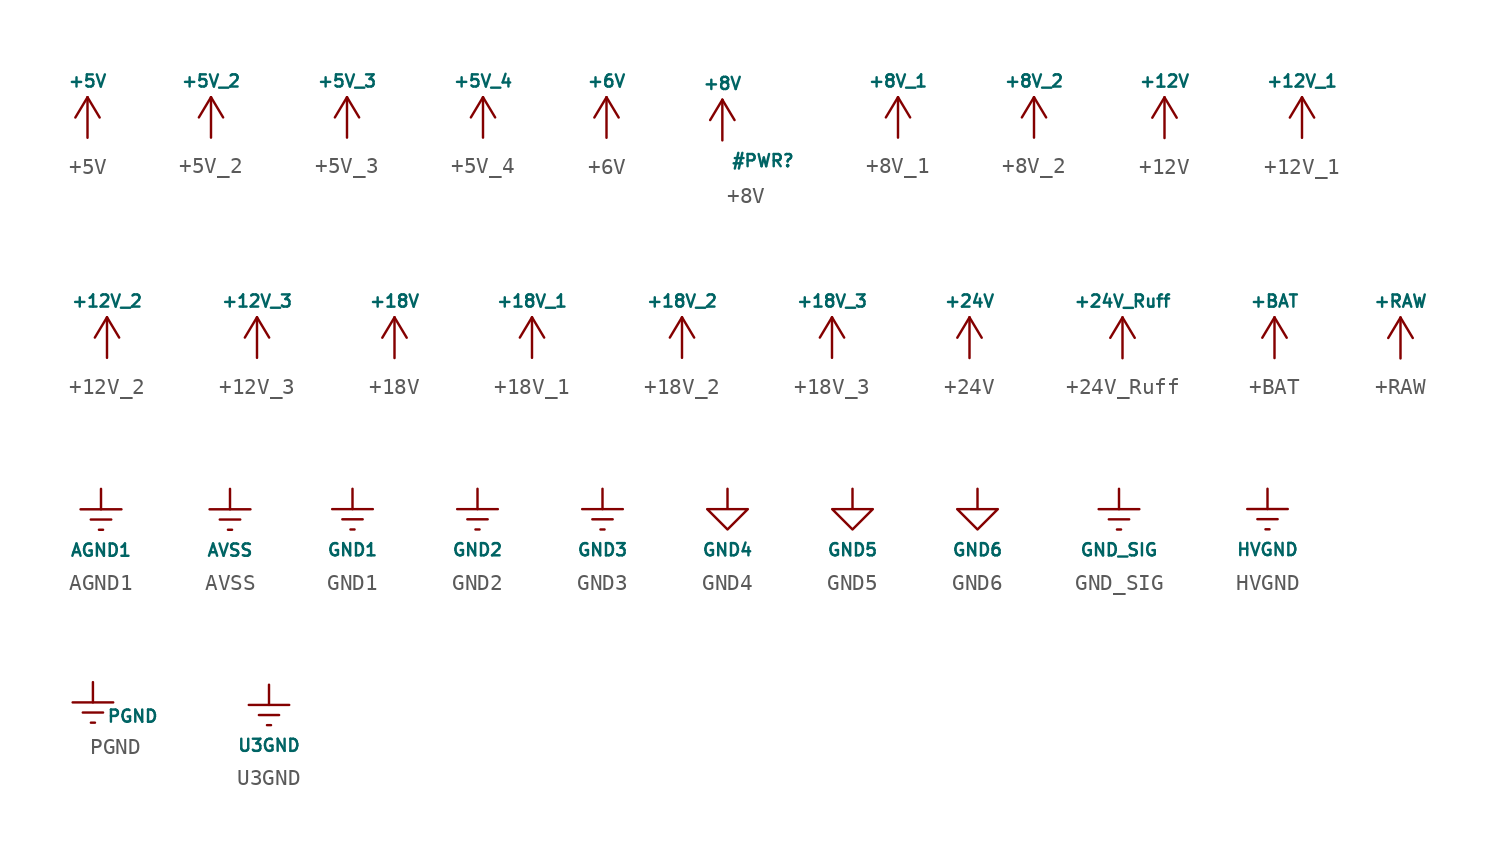
<source format=kicad_sym>
(kicad_symbol_lib
  (version 20210619)
  (generator kicad_symbol_editor)
  (symbol "Bobs_Power_Ports:+5V"
    (power)
    (pin_names
      (offset 0))
    (property "Reference" "#PWR"
      (at 0 -3.81 0)
      (effects (font (size 1.27 1.27)) hide))
    (property "Value" "+5V"
      (at 0 3.556 0)
      (effects (font (size 0.762 0.762))))
    (symbol "+5V_0_1"
      (polyline (pts (xy -0.762 1.27) (xy 0 2.54)) (stroke (width 0)) (fill (type none)))
      (polyline (pts (xy 0 0) (xy 0 2.54)) (stroke (width 0)) (fill (type none)))
      (polyline (pts (xy 0 2.54) (xy 0.762 1.27)) (stroke (width 0)) (fill (type none))))
    (symbol "+5V_1_1"
      (pin power_in line (at 0 0 90) (length 0) hide (name "+5V" (effects (font (size 0.762 0.762)))) (number "1" (effects (font (size 0.762 0.762)))))))
  (symbol "Bobs_Power_Ports:+5V_2"
    (power)
    (pin_names
      (offset 0))
    (property "Reference" "#PWR"
      (at 0 -3.81 0)
      (effects (font (size 1.27 1.27)) hide))
    (property "Value" "+5V_2"
      (at 0 3.556 0)
      (effects (font (size 0.762 0.762))))
    (symbol "+5V_2_0_1"
      (polyline (pts (xy -0.762 1.27) (xy 0 2.54)) (stroke (width 0)) (fill (type none)))
      (polyline (pts (xy 0 0) (xy 0 2.54)) (stroke (width 0)) (fill (type none)))
      (polyline (pts (xy 0 2.54) (xy 0.762 1.27)) (stroke (width 0)) (fill (type none))))
    (symbol "+5V_2_1_1"
      (pin power_in line (at 0 0 90) (length 0) hide (name "+5V_2" (effects (font (size 0.762 0.762)))) (number "1" (effects (font (size 0.762 0.762)))))))
  (symbol "Bobs_Power_Ports:+5V_3"
    (power)
    (pin_names
      (offset 0))
    (property "Reference" "#PWR"
      (at 0 -3.81 0)
      (effects (font (size 1.27 1.27)) hide))
    (property "Value" "+5V_3"
      (at 0 3.556 0)
      (effects (font (size 0.762 0.762))))
    (symbol "+5V_3_0_1"
      (polyline (pts (xy -0.762 1.27) (xy 0 2.54)) (stroke (width 0)) (fill (type none)))
      (polyline (pts (xy 0 0) (xy 0 2.54)) (stroke (width 0)) (fill (type none)))
      (polyline (pts (xy 0 2.54) (xy 0.762 1.27)) (stroke (width 0)) (fill (type none))))
    (symbol "+5V_3_1_1"
      (pin power_in line (at 0 0 90) (length 0) hide (name "+5V_3" (effects (font (size 0.762 0.762)))) (number "1" (effects (font (size 0.762 0.762)))))))
  (symbol "Bobs_Power_Ports:+5V_4"
    (power)
    (pin_names
      (offset 0))
    (property "Reference" "#PWR"
      (at 0 -3.81 0)
      (effects (font (size 1.27 1.27)) hide))
    (property "Value" "+5V_4"
      (at 0 3.556 0)
      (effects (font (size 0.762 0.762))))
    (symbol "+5V_4_0_1"
      (polyline (pts (xy -0.762 1.27) (xy 0 2.54)) (stroke (width 0)) (fill (type none)))
      (polyline (pts (xy 0 0) (xy 0 2.54)) (stroke (width 0)) (fill (type none)))
      (polyline (pts (xy 0 2.54) (xy 0.762 1.27)) (stroke (width 0)) (fill (type none))))
    (symbol "+5V_4_1_1"
      (pin power_in line (at 0 0 90) (length 0) hide (name "+5V_4" (effects (font (size 0.762 0.762)))) (number "1" (effects (font (size 0.762 0.762)))))))
  (symbol "Bobs_Power_Ports:+6V"
    (power)
    (pin_names
      (offset 0))
    (property "Reference" "#PWR"
      (at 0 -3.81 0)
      (effects (font (size 1.27 1.27)) hide))
    (property "Value" "+6V"
      (at 0 3.556 0)
      (effects (font (size 0.762 0.762))))
    (symbol "+6V_0_1"
      (polyline (pts (xy -0.762 1.27) (xy 0 2.54)) (stroke (width 0)) (fill (type none)))
      (polyline (pts (xy 0 0) (xy 0 2.54)) (stroke (width 0)) (fill (type none)))
      (polyline (pts (xy 0 2.54) (xy 0.762 1.27)) (stroke (width 0)) (fill (type none))))
    (symbol "+6V_1_1"
      (pin power_in line (at 0 0 90) (length 0) hide (name "+6V" (effects (font (size 0.762 0.762)))) (number "1" (effects (font (size 0.762 0.762)))))))
  (symbol "Bobs_Power_Ports:+8V"
    (power)
    (pin_names
      (offset 0))
    (property "Reference" "#PWR"
      (at 2.54 -1.27 0)
      (effects (font (size 0.762 0.762))))
    (property "Value" "+8V"
      (at 0 3.556 0)
      (effects (font (size 0.762 0.762))))
    (symbol "+8V_0_1"
      (polyline (pts (xy -0.762 1.27) (xy 0 2.54)) (stroke (width 0)) (fill (type none)))
      (polyline (pts (xy 0 0) (xy 0 2.54)) (stroke (width 0)) (fill (type none)))
      (polyline (pts (xy 0 2.54) (xy 0.762 1.27)) (stroke (width 0)) (fill (type none))))
    (symbol "+8V_1_1"
      (pin power_in line (at 0 0 90) (length 0) hide (name "+8V" (effects (font (size 0.762 0.762)))) (number "1" (effects (font (size 0.762 0.762)))))))
  (symbol "Bobs_Power_Ports:+8V_1"
    (power)
    (pin_names
      (offset 0))
    (property "Reference" "#PWR"
      (at 0 -3.81 0)
      (effects (font (size 1.27 1.27)) hide))
    (property "Value" "+8V_1"
      (at 0 3.556 0)
      (effects (font (size 0.762 0.762))))
    (symbol "+8V_1_0_1"
      (polyline (pts (xy -0.762 1.27) (xy 0 2.54)) (stroke (width 0)) (fill (type none)))
      (polyline (pts (xy 0 0) (xy 0 2.54)) (stroke (width 0)) (fill (type none)))
      (polyline (pts (xy 0 2.54) (xy 0.762 1.27)) (stroke (width 0)) (fill (type none))))
    (symbol "+8V_1_1_1"
      (pin power_in line (at 0 0 90) (length 0) hide (name "+8V_1" (effects (font (size 0.762 0.762)))) (number "1" (effects (font (size 0.762 0.762)))))))
  (symbol "Bobs_Power_Ports:+8V_2"
    (power)
    (pin_names
      (offset 0))
    (property "Reference" "#PWR"
      (at 0 -3.81 0)
      (effects (font (size 1.27 1.27)) hide))
    (property "Value" "+8V_2"
      (at 0 3.556 0)
      (effects (font (size 0.762 0.762))))
    (symbol "+8V_2_0_1"
      (polyline (pts (xy -0.762 1.27) (xy 0 2.54)) (stroke (width 0)) (fill (type none)))
      (polyline (pts (xy 0 0) (xy 0 2.54)) (stroke (width 0)) (fill (type none)))
      (polyline (pts (xy 0 2.54) (xy 0.762 1.27)) (stroke (width 0)) (fill (type none))))
    (symbol "+8V_2_1_1"
      (pin power_in line (at 0 0 90) (length 0) hide (name "+8V_2" (effects (font (size 0.762 0.762)))) (number "1" (effects (font (size 0.762 0.762)))))))
  (symbol "Bobs_Power_Ports:+12V"
    (power)
    (pin_names
      (offset 0))
    (property "Reference" "#PWR"
      (at 0 -3.81 0)
      (effects (font (size 1.27 1.27)) hide))
    (property "Value" "+12V"
      (at 0 3.556 0)
      (effects (font (size 0.762 0.762))))
    (symbol "+12V_0_1"
      (polyline (pts (xy -0.762 1.27) (xy 0 2.54)) (stroke (width 0)) (fill (type none)))
      (polyline (pts (xy 0 0) (xy 0 2.54)) (stroke (width 0)) (fill (type none)))
      (polyline (pts (xy 0 2.54) (xy 0.762 1.27)) (stroke (width 0)) (fill (type none))))
    (symbol "+12V_1_1"
      (pin power_in line (at 0 0 90) (length 0) hide (name "+12V" (effects (font (size 0.762 0.762)))) (number "1" (effects (font (size 0.762 0.762)))))))
  (symbol "Bobs_Power_Ports:+12V_1"
    (power)
    (pin_names
      (offset 0))
    (property "Reference" "#PWR"
      (at 0 -3.81 0)
      (effects (font (size 1.27 1.27)) hide))
    (property "Value" "+12V_1"
      (at 0 3.556 0)
      (effects (font (size 0.762 0.762))))
    (symbol "+12V_1_0_1"
      (polyline (pts (xy -0.762 1.27) (xy 0 2.54)) (stroke (width 0)) (fill (type none)))
      (polyline (pts (xy 0 0) (xy 0 2.54)) (stroke (width 0)) (fill (type none)))
      (polyline (pts (xy 0 2.54) (xy 0.762 1.27)) (stroke (width 0)) (fill (type none))))
    (symbol "+12V_1_1_1"
      (pin power_in line (at 0 0 90) (length 0) hide (name "+12V_1" (effects (font (size 0.762 0.762)))) (number "1" (effects (font (size 0.762 0.762)))))))
  (symbol "Bobs_Power_Ports:+12V_2"
    (power)
    (pin_names
      (offset 0))
    (property "Reference" "#PWR"
      (at 0 -3.81 0)
      (effects (font (size 1.27 1.27)) hide))
    (property "Value" "+12V_2"
      (at 0 3.556 0)
      (effects (font (size 0.762 0.762))))
    (symbol "+12V_2_0_1"
      (polyline (pts (xy -0.762 1.27) (xy 0 2.54)) (stroke (width 0)) (fill (type none)))
      (polyline (pts (xy 0 0) (xy 0 2.54)) (stroke (width 0)) (fill (type none)))
      (polyline (pts (xy 0 2.54) (xy 0.762 1.27)) (stroke (width 0)) (fill (type none))))
    (symbol "+12V_2_1_1"
      (pin power_in line (at 0 0 90) (length 0) hide (name "+12V_2" (effects (font (size 0.762 0.762)))) (number "1" (effects (font (size 0.762 0.762)))))))
  (symbol "Bobs_Power_Ports:+12V_3"
    (power)
    (pin_names
      (offset 0))
    (property "Reference" "#PWR"
      (at 0 -3.81 0)
      (effects (font (size 1.27 1.27)) hide))
    (property "Value" "+12V_3"
      (at 0 3.556 0)
      (effects (font (size 0.762 0.762))))
    (symbol "+12V_3_0_1"
      (polyline (pts (xy -0.762 1.27) (xy 0 2.54)) (stroke (width 0)) (fill (type none)))
      (polyline (pts (xy 0 0) (xy 0 2.54)) (stroke (width 0)) (fill (type none)))
      (polyline (pts (xy 0 2.54) (xy 0.762 1.27)) (stroke (width 0)) (fill (type none))))
    (symbol "+12V_3_1_1"
      (pin power_in line (at 0 0 90) (length 0) hide (name "+12V_3" (effects (font (size 0.762 0.762)))) (number "1" (effects (font (size 0.762 0.762)))))))
  (symbol "Bobs_Power_Ports:+18V"
    (power)
    (pin_names
      (offset 0))
    (property "Reference" "#PWR"
      (at 0 -3.81 0)
      (effects (font (size 1.27 1.27)) hide))
    (property "Value" "+18V"
      (at 0 3.556 0)
      (effects (font (size 0.762 0.762))))
    (symbol "+18V_0_1"
      (polyline (pts (xy -0.762 1.27) (xy 0 2.54)) (stroke (width 0)) (fill (type none)))
      (polyline (pts (xy 0 0) (xy 0 2.54)) (stroke (width 0)) (fill (type none)))
      (polyline (pts (xy 0 2.54) (xy 0.762 1.27)) (stroke (width 0)) (fill (type none))))
    (symbol "+18V_1_1"
      (pin power_in line (at 0 0 90) (length 0) hide (name "+18V" (effects (font (size 0.762 0.762)))) (number "1" (effects (font (size 0.762 0.762)))))))
  (symbol "Bobs_Power_Ports:+18V_1"
    (power)
    (pin_names
      (offset 0))
    (property "Reference" "#PWR"
      (at 0 -3.81 0)
      (effects (font (size 1.27 1.27)) hide))
    (property "Value" "+18V_1"
      (at 0 3.556 0)
      (effects (font (size 0.762 0.762))))
    (symbol "+18V_1_0_1"
      (polyline (pts (xy -0.762 1.27) (xy 0 2.54)) (stroke (width 0)) (fill (type none)))
      (polyline (pts (xy 0 0) (xy 0 2.54)) (stroke (width 0)) (fill (type none)))
      (polyline (pts (xy 0 2.54) (xy 0.762 1.27)) (stroke (width 0)) (fill (type none))))
    (symbol "+18V_1_1_1"
      (pin power_in line (at 0 0 90) (length 0) hide (name "+18V_1" (effects (font (size 0.762 0.762)))) (number "1" (effects (font (size 0.762 0.762)))))))
  (symbol "Bobs_Power_Ports:+18V_2"
    (power)
    (pin_names
      (offset 0))
    (property "Reference" "#PWR"
      (at 0 -3.81 0)
      (effects (font (size 1.27 1.27)) hide))
    (property "Value" "+18V_2"
      (at 0 3.556 0)
      (effects (font (size 0.762 0.762))))
    (symbol "+18V_2_0_1"
      (polyline (pts (xy -0.762 1.27) (xy 0 2.54)) (stroke (width 0)) (fill (type none)))
      (polyline (pts (xy 0 0) (xy 0 2.54)) (stroke (width 0)) (fill (type none)))
      (polyline (pts (xy 0 2.54) (xy 0.762 1.27)) (stroke (width 0)) (fill (type none))))
    (symbol "+18V_2_1_1"
      (pin power_in line (at 0 0 90) (length 0) hide (name "+18V_2" (effects (font (size 0.762 0.762)))) (number "1" (effects (font (size 0.762 0.762)))))))
  (symbol "Bobs_Power_Ports:+18V_3"
    (power)
    (pin_names
      (offset 0))
    (property "Reference" "#PWR"
      (at 0 -3.81 0)
      (effects (font (size 1.27 1.27)) hide))
    (property "Value" "+18V_3"
      (at 0 3.556 0)
      (effects (font (size 0.762 0.762))))
    (symbol "+18V_3_0_1"
      (polyline (pts (xy -0.762 1.27) (xy 0 2.54)) (stroke (width 0)) (fill (type none)))
      (polyline (pts (xy 0 0) (xy 0 2.54)) (stroke (width 0)) (fill (type none)))
      (polyline (pts (xy 0 2.54) (xy 0.762 1.27)) (stroke (width 0)) (fill (type none))))
    (symbol "+18V_3_1_1"
      (pin power_in line (at 0 0 90) (length 0) hide (name "+18V_3" (effects (font (size 0.762 0.762)))) (number "1" (effects (font (size 0.762 0.762)))))))
  (symbol "Bobs_Power_Ports:+24V"
    (power)
    (pin_names
      (offset 0))
    (property "Reference" "#PWR"
      (at 0 -3.81 0)
      (effects (font (size 1.27 1.27)) hide))
    (property "Value" "+24V"
      (at 0 3.556 0)
      (effects (font (size 0.762 0.762))))
    (symbol "+24V_0_1"
      (polyline (pts (xy -0.762 1.27) (xy 0 2.54)) (stroke (width 0)) (fill (type none)))
      (polyline (pts (xy 0 0) (xy 0 2.54)) (stroke (width 0)) (fill (type none)))
      (polyline (pts (xy 0 2.54) (xy 0.762 1.27)) (stroke (width 0)) (fill (type none))))
    (symbol "+24V_1_1"
      (pin power_in line (at 0 0 90) (length 0) hide (name "+24V" (effects (font (size 0.762 0.762)))) (number "1" (effects (font (size 0.762 0.762)))))))
  (symbol "Bobs_Power_Ports:+24V_Ruff"
    (power)
    (pin_names
      (offset 0))
    (property "Reference" "#PWR"
      (at 0 -3.81 0)
      (effects (font (size 1.27 1.27)) hide))
    (property "Value" "+24V_Ruff"
      (at 0 3.556 0)
      (effects (font (size 0.762 0.762))))
    (symbol "+24V_Ruff_0_1"
      (polyline (pts (xy -0.762 1.27) (xy 0 2.54)) (stroke (width 0)) (fill (type none)))
      (polyline (pts (xy 0 0) (xy 0 2.54)) (stroke (width 0)) (fill (type none)))
      (polyline (pts (xy 0 2.54) (xy 0.762 1.27)) (stroke (width 0)) (fill (type none))))
    (symbol "+24V_Ruff_1_1"
      (pin power_in line (at 0 0 90) (length 0) hide (name "+24V_Ruff" (effects (font (size 0.762 0.762)))) (number "1" (effects (font (size 0.762 0.762)))))))
  (symbol "Bobs_Power_Ports:+BAT"
    (power)
    (pin_names
      (offset 0))
    (property "Reference" "#PWR"
      (at 0 -3.81 0)
      (effects (font (size 1.27 1.27)) hide))
    (property "Value" "+BAT"
      (at 0 3.556 0)
      (effects (font (size 0.762 0.762))))
    (symbol "+BAT_0_1"
      (polyline (pts (xy -0.762 1.27) (xy 0 2.54)) (stroke (width 0)) (fill (type none)))
      (polyline (pts (xy 0 0) (xy 0 2.54)) (stroke (width 0)) (fill (type none)))
      (polyline (pts (xy 0 2.54) (xy 0.762 1.27)) (stroke (width 0)) (fill (type none))))
    (symbol "+BAT_1_1"
      (pin power_in line (at 0 0 90) (length 0) hide (name "+BAT" (effects (font (size 0.762 0.762)))) (number "1" (effects (font (size 0.762 0.762)))))))
  (symbol "Bobs_Power_Ports:+RAW"
    (power)
    (pin_names
      (offset 0))
    (property "Reference" "#PWR"
      (at 0 -3.81 0)
      (effects (font (size 1.27 1.27)) hide))
    (property "Value" "+RAW"
      (at 0 3.556 0)
      (effects (font (size 0.762 0.762))))
    (symbol "+RAW_0_1"
      (polyline (pts (xy -0.762 1.27) (xy 0 2.54)) (stroke (width 0)) (fill (type none)))
      (polyline (pts (xy 0 0) (xy 0 2.54)) (stroke (width 0)) (fill (type none)))
      (polyline (pts (xy 0 2.54) (xy 0.762 1.27)) (stroke (width 0)) (fill (type none))))
    (symbol "+RAW_1_1"
      (pin power_in line (at 0 0 90) (length 0) hide (name "+RAW" (effects (font (size 0.762 0.762)))) (number "1" (effects (font (size 0.762 0.762)))))))
  (symbol "Bobs_Power_Ports:AGND1"
    (power)
    (pin_names
      (offset 0))
    (property "Reference" "#PWR"
      (at 0 -6.35 0)
      (effects (font (size 0.762 0.762)) hide))
    (property "Value" "AGND1"
      (at 0 -3.81 0)
      (effects (font (size 0.762 0.762))))
    (symbol "AGND1_0_1"
      (polyline (pts (xy -0.635 -1.905) (xy 0.635 -1.905)) (stroke (width 0)) (fill (type none)))
      (polyline (pts (xy -0.127 -2.54) (xy 0.127 -2.54)) (stroke (width 0)) (fill (type none)))
      (polyline (pts (xy 0 -1.27) (xy 0 0)) (stroke (width 0)) (fill (type none)))
      (polyline (pts (xy 1.27 -1.27) (xy -1.27 -1.27)) (stroke (width 0)) (fill (type none))))
    (symbol "AGND1_1_1"
      (pin power_in line (at 0 0 270) (length 0) hide (name "AGND1" (effects (font (size 0.762 0.762)))) (number "1" (effects (font (size 0.762 0.762)))))))
  (symbol "Bobs_Power_Ports:AVSS"
    (power)
    (pin_names
      (offset 0))
    (property "Reference" "#PWR"
      (at 0 -6.35 0)
      (effects (font (size 0.762 0.762)) hide))
    (property "Value" "AVSS"
      (at 0 -3.81 0)
      (effects (font (size 0.762 0.762))))
    (symbol "AVSS_0_1"
      (polyline (pts (xy -0.635 -1.905) (xy 0.635 -1.905)) (stroke (width 0)) (fill (type none)))
      (polyline (pts (xy -0.127 -2.54) (xy 0.127 -2.54)) (stroke (width 0)) (fill (type none)))
      (polyline (pts (xy 0 -1.27) (xy 0 0)) (stroke (width 0)) (fill (type none)))
      (polyline (pts (xy 1.27 -1.27) (xy -1.27 -1.27)) (stroke (width 0)) (fill (type none))))
    (symbol "AVSS_1_1"
      (pin power_in line (at 0 0 270) (length 0) hide (name "AVSS" (effects (font (size 0.762 0.762)))) (number "1" (effects (font (size 0.762 0.762)))))))
  (symbol "Bobs_Power_Ports:GND1"
    (power)
    (pin_names
      (offset 0))
    (property "Reference" "#PWR"
      (at 0 -6.35 0)
      (effects (font (size 0.762 0.762)) hide))
    (property "Value" "GND1"
      (at 0 -3.81 0)
      (effects (font (size 0.762 0.762))))
    (symbol "GND1_0_1"
      (polyline (pts (xy -0.635 -1.905) (xy 0.635 -1.905)) (stroke (width 0)) (fill (type none)))
      (polyline (pts (xy -0.127 -2.54) (xy 0.127 -2.54)) (stroke (width 0)) (fill (type none)))
      (polyline (pts (xy 0 -1.27) (xy 0 0)) (stroke (width 0)) (fill (type none)))
      (polyline (pts (xy 1.27 -1.27) (xy -1.27 -1.27)) (stroke (width 0)) (fill (type none))))
    (symbol "GND1_1_1"
      (pin power_in line (at 0 0 270) (length 0) hide (name "GND1" (effects (font (size 0.762 0.762)))) (number "1" (effects (font (size 0.762 0.762)))))))
  (symbol "Bobs_Power_Ports:GND2"
    (power)
    (pin_names
      (offset 0))
    (property "Reference" "#PWR"
      (at 0 -6.35 0)
      (effects (font (size 0.762 0.762)) hide))
    (property "Value" "GND2"
      (at 0 -3.81 0)
      (effects (font (size 0.762 0.762))))
    (symbol "GND2_0_1"
      (polyline (pts (xy -0.635 -1.905) (xy 0.635 -1.905)) (stroke (width 0)) (fill (type none)))
      (polyline (pts (xy -0.127 -2.54) (xy 0.127 -2.54)) (stroke (width 0)) (fill (type none)))
      (polyline (pts (xy 0 -1.27) (xy 0 0)) (stroke (width 0)) (fill (type none)))
      (polyline (pts (xy 1.27 -1.27) (xy -1.27 -1.27)) (stroke (width 0)) (fill (type none))))
    (symbol "GND2_1_1"
      (pin power_in line (at 0 0 270) (length 0) hide (name "GND2" (effects (font (size 0.762 0.762)))) (number "1" (effects (font (size 0.762 0.762)))))))
  (symbol "Bobs_Power_Ports:GND3"
    (power)
    (pin_names
      (offset 0))
    (property "Reference" "#PWR"
      (at 0 -6.35 0)
      (effects (font (size 0.762 0.762)) hide))
    (property "Value" "GND3"
      (at 0 -3.81 0)
      (effects (font (size 0.762 0.762))))
    (symbol "GND3_0_1"
      (polyline (pts (xy -0.635 -1.905) (xy 0.635 -1.905)) (stroke (width 0)) (fill (type none)))
      (polyline (pts (xy -0.127 -2.54) (xy 0.127 -2.54)) (stroke (width 0)) (fill (type none)))
      (polyline (pts (xy 0 -1.27) (xy 0 0)) (stroke (width 0)) (fill (type none)))
      (polyline (pts (xy 1.27 -1.27) (xy -1.27 -1.27)) (stroke (width 0)) (fill (type none))))
    (symbol "GND3_1_1"
      (pin power_in line (at 0 0 270) (length 0) hide (name "GND3" (effects (font (size 0.762 0.762)))) (number "1" (effects (font (size 0.762 0.762)))))))
  (symbol "Bobs_Power_Ports:GND4"
    (power)
    (pin_names
      (offset 0))
    (property "Reference" "#PWR"
      (at 0 -6.35 0)
      (effects (font (size 0.762 0.762)) hide))
    (property "Value" "GND4"
      (at 0 -3.81 0)
      (effects (font (size 0.762 0.762))))
    (symbol "GND4_0_1"
      (polyline (pts (xy 0 0) (xy 0 -1.27) (xy 1.27 -1.27) (xy 0 -2.54) (xy -1.27 -1.27) (xy 0 -1.27)) (stroke (width 0)) (fill (type none))))
    (symbol "GND4_1_1"
      (pin power_in line (at 0 0 270) (length 0) hide (name "GND4" (effects (font (size 0.762 0.762)))) (number "1" (effects (font (size 0.762 0.762)))))))
  (symbol "Bobs_Power_Ports:GND5"
    (power)
    (pin_names
      (offset 0))
    (property "Reference" "#PWR"
      (at 0 -6.35 0)
      (effects (font (size 0.762 0.762)) hide))
    (property "Value" "GND5"
      (at 0 -3.81 0)
      (effects (font (size 0.762 0.762))))
    (symbol "GND5_0_1"
      (polyline (pts (xy 0 0) (xy 0 -1.27) (xy 1.27 -1.27) (xy 0 -2.54) (xy -1.27 -1.27) (xy 0 -1.27)) (stroke (width 0)) (fill (type none))))
    (symbol "GND5_1_1"
      (pin power_in line (at 0 0 270) (length 0) hide (name "GND5" (effects (font (size 0.762 0.762)))) (number "1" (effects (font (size 0.762 0.762)))))))
  (symbol "Bobs_Power_Ports:GND6"
    (power)
    (pin_names
      (offset 0))
    (property "Reference" "#PWR"
      (at 0 -6.35 0)
      (effects (font (size 0.762 0.762)) hide))
    (property "Value" "GND6"
      (at 0 -3.81 0)
      (effects (font (size 0.762 0.762))))
    (symbol "GND6_0_1"
      (polyline (pts (xy 0 0) (xy 0 -1.27) (xy 1.27 -1.27) (xy 0 -2.54) (xy -1.27 -1.27) (xy 0 -1.27)) (stroke (width 0)) (fill (type none))))
    (symbol "GND6_1_1"
      (pin power_in line (at 0 0 270) (length 0) hide (name "GND6" (effects (font (size 0.762 0.762)))) (number "1" (effects (font (size 0.762 0.762)))))))
  (symbol "Bobs_Power_Ports:GND_SIG"
    (power)
    (pin_names
      (offset 0))
    (property "Reference" "#PWR"
      (at 0 -6.35 0)
      (effects (font (size 0.762 0.762)) hide))
    (property "Value" "GND_SIG"
      (at 0 -3.81 0)
      (effects (font (size 0.762 0.762))))
    (symbol "GND_SIG_0_1"
      (polyline (pts (xy -0.635 -1.905) (xy 0.635 -1.905)) (stroke (width 0)) (fill (type none)))
      (polyline (pts (xy -0.127 -2.54) (xy 0.127 -2.54)) (stroke (width 0)) (fill (type none)))
      (polyline (pts (xy 0 -1.27) (xy 0 0)) (stroke (width 0)) (fill (type none)))
      (polyline (pts (xy 1.27 -1.27) (xy -1.27 -1.27)) (stroke (width 0)) (fill (type none))))
    (symbol "GND_SIG_1_1"
      (pin power_in line (at 0 0 270) (length 0) hide (name "GND_SIG" (effects (font (size 0.762 0.762)))) (number "1" (effects (font (size 0.762 0.762)))))))
  (symbol "Bobs_Power_Ports:HVGND"
    (power)
    (pin_names
      (offset 0))
    (property "Reference" "#PWR"
      (at 0 -6.35 0)
      (effects (font (size 0.762 0.762)) hide))
    (property "Value" "HVGND"
      (at 0 -3.81 0)
      (effects (font (size 0.762 0.762))))
    (symbol "HVGND_0_1"
      (polyline (pts (xy -0.635 -1.905) (xy 0.635 -1.905)) (stroke (width 0)) (fill (type none)))
      (polyline (pts (xy -0.127 -2.54) (xy 0.127 -2.54)) (stroke (width 0)) (fill (type none)))
      (polyline (pts (xy 0 -1.27) (xy 0 0)) (stroke (width 0)) (fill (type none)))
      (polyline (pts (xy 1.27 -1.27) (xy -1.27 -1.27)) (stroke (width 0)) (fill (type none))))
    (symbol "HVGND_1_1"
      (pin power_in line (at 0 0 270) (length 0) hide (name "HVGND" (effects (font (size 0.762 0.762)))) (number "1" (effects (font (size 0.762 0.762)))))))
  (symbol "Bobs_Power_Ports:PGND"
    (power)
    (pin_names
      (offset 0))
    (property "Reference" "#PWR"
      (at 0 -6.35 0)
      (effects (font (size 0.762 0.762)) hide))
    (property "Value" "PGND"
      (at 2.489 -2.134 0)
      (effects (font (size 0.762 0.762))))
    (symbol "PGND_0_1"
      (polyline (pts (xy -0.635 -1.905) (xy 0.635 -1.905)) (stroke (width 0)) (fill (type none)))
      (polyline (pts (xy -0.127 -2.54) (xy 0.127 -2.54)) (stroke (width 0)) (fill (type none)))
      (polyline (pts (xy 0 -1.27) (xy 0 0)) (stroke (width 0)) (fill (type none)))
      (polyline (pts (xy 1.27 -1.27) (xy -1.27 -1.27)) (stroke (width 0)) (fill (type none))))
    (symbol "PGND_1_1"
      (pin power_in line (at 0 0 270) (length 0) hide (name "PGND" (effects (font (size 0.762 0.762)))) (number "1" (effects (font (size 0.762 0.762)))))))
  (symbol "Bobs_Power_Ports:U3GND"
    (power)
    (pin_names
      (offset 0))
    (property "Reference" "#PWR"
      (at 0 -6.35 0)
      (effects (font (size 0.762 0.762)) hide))
    (property "Value" "U3GND"
      (at 0 -3.81 0)
      (effects (font (size 0.762 0.762))))
    (symbol "U3GND_0_1"
      (polyline (pts (xy -0.635 -1.905) (xy 0.635 -1.905)) (stroke (width 0)) (fill (type none)))
      (polyline (pts (xy -0.127 -2.54) (xy 0.127 -2.54)) (stroke (width 0)) (fill (type none)))
      (polyline (pts (xy 0 -1.27) (xy 0 0)) (stroke (width 0)) (fill (type none)))
      (polyline (pts (xy 1.27 -1.27) (xy -1.27 -1.27)) (stroke (width 0)) (fill (type none))))
    (symbol "U3GND_1_1"
      (pin power_in line (at 0 0 270) (length 0) hide (name "U3GND" (effects (font (size 0.762 0.762)))) (number "1" (effects (font (size 0.762 0.762))))))))
</source>
